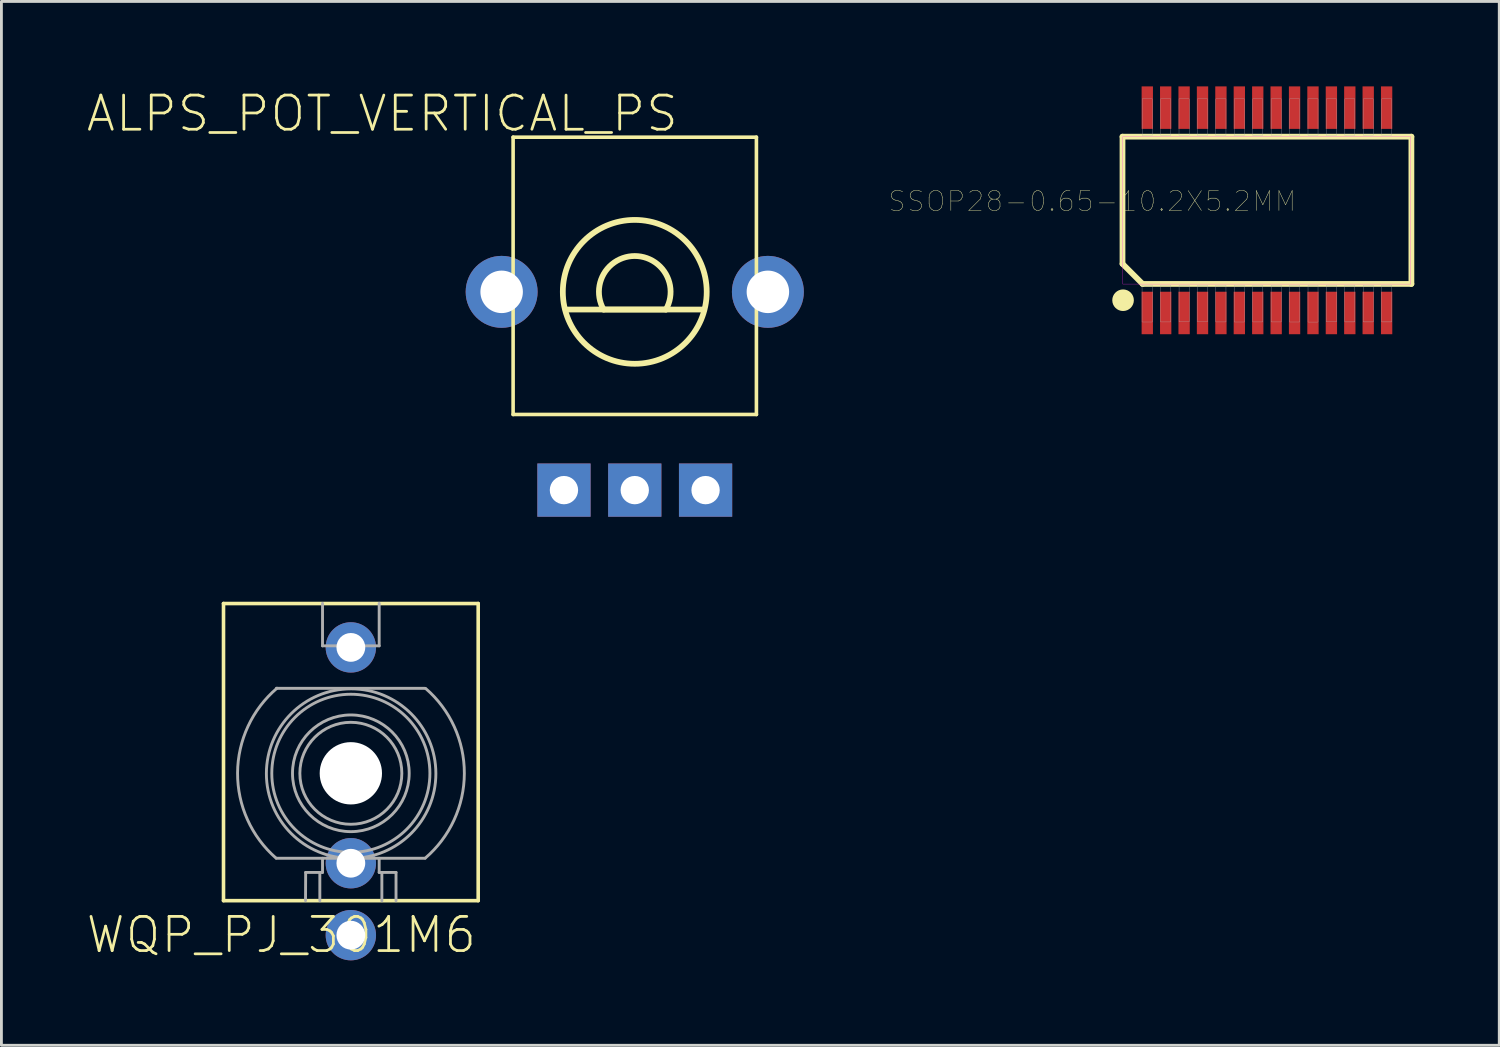
<source format=kicad_pcb>
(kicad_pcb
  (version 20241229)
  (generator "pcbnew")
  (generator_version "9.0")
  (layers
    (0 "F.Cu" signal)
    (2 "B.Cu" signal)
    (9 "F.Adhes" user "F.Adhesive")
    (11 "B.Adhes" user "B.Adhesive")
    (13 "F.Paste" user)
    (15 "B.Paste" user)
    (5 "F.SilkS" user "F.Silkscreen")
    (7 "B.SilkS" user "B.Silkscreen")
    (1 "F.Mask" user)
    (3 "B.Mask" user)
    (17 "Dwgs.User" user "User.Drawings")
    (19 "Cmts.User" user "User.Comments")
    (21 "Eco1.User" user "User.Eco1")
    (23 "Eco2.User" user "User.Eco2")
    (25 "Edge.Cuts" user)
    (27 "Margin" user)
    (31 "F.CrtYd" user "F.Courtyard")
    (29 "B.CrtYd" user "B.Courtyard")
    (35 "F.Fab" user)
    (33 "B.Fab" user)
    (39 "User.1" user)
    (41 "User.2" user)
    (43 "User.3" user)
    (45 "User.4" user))
  (footprint "ALPS_POT_VERTICAL_PS"
    (layer "F.Cu")
    (at 19.361 7.254)
    (property "Reference" "ALPS_POT_VERTICAL_PS" (at 1.6 -7 0) (layer "F.SilkS") (effects (font (size 1.206 1.206) (thickness 0.097)) (justify right top)))
    (attr through_hole)
    (fp_line (start -4.295 -5.46) (end 4.295 -5.46) (stroke (width 0.127) (type solid)) (layer "F.SilkS"))
    (fp_line (start -4.295 4.33) (end -4.295 -5.46) (stroke (width 0.127) (type solid)) (layer "F.SilkS"))
    (fp_line (start 1.1 0.625) (end -1.1 0.625) (stroke (width 0.203) (type solid)) (layer "F.SilkS"))
    (fp_line (start 2.45 0.625) (end -2.425 0.625) (stroke (width 0.203) (type solid)) (layer "F.SilkS"))
    (fp_line (start 4.295 -5.46) (end 4.295 4.33) (stroke (width 0.127) (type solid)) (layer "F.SilkS"))
    (fp_line (start 4.295 4.33) (end -4.295 4.33) (stroke (width 0.127) (type solid)) (layer "F.SilkS"))
    (fp_arc (start -1.1 0.625) (mid 0 -1.265158) (end 1.1 0.625) (stroke (width 0.2032) (type solid)) (layer "F.SilkS"))
    (fp_circle (center 0 0) (end -2.54 0) (stroke (width 0.203) (type solid)) (fill no) (layer "F.SilkS"))
    (pad "1" thru_hole rect (at -2.5 7 90) (size 1.88 1.88) (drill 1) (layers "*.Cu" "*.Mask"))
    (pad "2" thru_hole rect (at 0 7 90) (size 1.88 1.88) (drill 1) (layers "*.Cu" "*.Mask"))
    (pad "3" thru_hole rect (at 2.5 7 90) (size 1.88 1.88) (drill 1) (layers "*.Cu" "*.Mask"))
    (pad "4" thru_hole circle (at -4.7 0 90) (size 2.54 2.54) (drill 1.5) (layers "*.Cu" "*.Mask"))
    (pad "5" thru_hole circle (at 4.7 0 90) (size 2.54 2.54) (drill 1.5) (layers "*.Cu" "*.Mask")))
  (footprint "WQP_PJ_301M6"
    (layer "F.Cu")
    (at 9.337 24.252)
    (property "Reference" "WQP_PJ_301M6" (at 4.5 5 0) (layer "F.SilkS") (effects (font (size 1.206 1.206) (thickness 0.097)) (justify right top)))
    (attr through_hole)
    (fp_line (start -4.496 -5.994) (end 4.496 -5.994) (stroke (width 0.127) (type solid)) (layer "F.SilkS"))
    (fp_line (start -4.496 4.496) (end -4.496 -5.994) (stroke (width 0.127) (type solid)) (layer "F.SilkS"))
    (fp_line (start 4.496 -5.994) (end 4.496 4.496) (stroke (width 0.127) (type solid)) (layer "F.SilkS"))
    (fp_line (start 4.496 4.496) (end -4.496 4.496) (stroke (width 0.127) (type solid)) (layer "F.SilkS"))
    (fp_line (start -2.631 -3) (end 2.62 -3) (stroke (width 0.102) (type solid)) (layer "F.Fab"))
    (fp_line (start -2.631 3) (end 2.62 3) (stroke (width 0.102) (type solid)) (layer "F.Fab"))
    (fp_line (start -1.6 4.496) (end -1.595 3.5) (stroke (width 0.102) (type solid)) (layer "F.Fab"))
    (fp_line (start -1.595 3.5) (end -1.095 3.5) (stroke (width 0.102) (type solid)) (layer "F.Fab"))
    (fp_line (start -1.095 3.5) (end -1.095 4.5) (stroke (width 0.102) (type solid)) (layer "F.Fab"))
    (fp_line (start -1.095 3.5) (end -1 3.5) (stroke (width 0.102) (type solid)) (layer "F.Fab"))
    (fp_line (start -1 -4.5) (end -1 -6) (stroke (width 0.102) (type solid)) (layer "F.Fab"))
    (fp_line (start -1 0) (end 1 0) (stroke (width 0.102) (type solid)) (layer "F.Fab"))
    (fp_line (start -1 3.5) (end -1 3) (stroke (width 0.102) (type solid)) (layer "F.Fab"))
    (fp_line (start 0 -1) (end 0 1) (stroke (width 0.102) (type solid)) (layer "F.Fab"))
    (fp_line (start 1 -6) (end 1 -4.5) (stroke (width 0.102) (type solid)) (layer "F.Fab"))
    (fp_line (start 1 -4.5) (end -1 -4.5) (stroke (width 0.102) (type solid)) (layer "F.Fab"))
    (fp_line (start 1 3) (end 1 3.5) (stroke (width 0.102) (type solid)) (layer "F.Fab"))
    (fp_line (start 1 3.5) (end 1.095 3.5) (stroke (width 0.102) (type solid)) (layer "F.Fab"))
    (fp_line (start 1.095 3.5) (end 1.095 4.5) (stroke (width 0.102) (type solid)) (layer "F.Fab"))
    (fp_line (start 1.095 3.5) (end 1.595 3.5) (stroke (width 0.102) (type solid)) (layer "F.Fab"))
    (fp_line (start 1.595 3.5) (end 1.595 4.5) (stroke (width 0.102) (type solid)) (layer "F.Fab"))
    (fp_arc (start -2.641998 2.994) (mid -3.999529 -0.012791) (end -2.608 -3.004) (stroke (width 0.1016) (type solid)) (layer "F.Fab"))
    (fp_arc (start 2.642 -2.994) (mid 4.007235 0.003208) (end 2.628 2.994) (stroke (width 0.1016) (type solid)) (layer "F.Fab"))
    (fp_circle (center 0 0) (end 1.8 0) (stroke (width 0.102) (type solid)) (fill no) (layer "F.Fab"))
    (fp_circle (center 0 0) (end 2.06 0) (stroke (width 0.102) (type solid)) (fill no) (layer "F.Fab"))
    (fp_circle (center 0 0) (end 2.791 0) (stroke (width 0.102) (type solid)) (fill no) (layer "F.Fab"))
    (fp_circle (center 0.01 0.01) (end 3.002 0.01) (stroke (width 0.102) (type solid)) (fill no) (layer "F.Fab"))
    (pad "" np_thru_hole circle (at 0 0) (size 2.2 2.2) (drill 2.2) (layers "*.Cu" "*.Mask"))
    (pad "P1" thru_hole circle (at 0 5.715) (size 1.778 1.778) (drill 1.016) (layers "*.Cu" "*.Mask"))
    (pad "P2" thru_hole circle (at 0 3.175) (size 1.778 1.778) (drill 1.016) (layers "*.Cu" "*.Mask"))
    (pad "P3" thru_hole circle (at 0 -4.445) (size 1.778 1.778) (drill 1.016) (layers "*.Cu" "*.Mask")))
  (footprint "SSOP28-0.65-10.2X5.2MM"
    (layer "F.Cu")
    (at 41.681 4.375)
    (property "Reference" "SSOP28-0.65-10.2X5.2MM" (at -6.17 -0.318 180) (layer "F.SilkS") (effects (font (size 0.701 0.701) (thickness 0.015))))
    (attr through_hole)
    (fp_line (start -5.1 -2.6) (end -5.1 1.89) (stroke (width 0.203) (type solid)) (layer "F.SilkS"))
    (fp_line (start -5.1 1.89) (end -4.39 2.6) (stroke (width 0.203) (type solid)) (layer "F.SilkS"))
    (fp_line (start -4.39 2.6) (end 5.1 2.6) (stroke (width 0.203) (type solid)) (layer "F.SilkS"))
    (fp_line (start 5.1 -2.6) (end -5.1 -2.6) (stroke (width 0.203) (type solid)) (layer "F.SilkS"))
    (fp_line (start 5.1 2.6) (end 5.1 -2.6) (stroke (width 0.203) (type solid)) (layer "F.SilkS"))
    (fp_circle (center -5.08 3.175) (end -4.699 3.175) (stroke (width 0) (type solid)) (fill yes) (layer "F.SilkS"))
    (fp_poly (pts (xy -5.089 -2.6) (xy 5.08 -2.6) (xy 5.08 2.605) (xy -5.089 2.605)) (stroke (width 0.01) (type solid)) (fill no) (layer "F.CrtYd"))
    (fp_poly (pts (xy -4.41 2.642) (xy -4.047 2.642) (xy -4.047 3.943) (xy -4.41 3.943)) (stroke (width 0.01) (type solid)) (fill no) (layer "F.Fab"))
    (fp_poly (pts (xy -4.406 -3.937) (xy -4.047 -3.937) (xy -4.047 -2.644) (xy -4.406 -2.644)) (stroke (width 0.01) (type solid)) (fill no) (layer "F.Fab"))
    (fp_poly (pts (xy -3.759 -3.937) (xy -3.397 -3.937) (xy -3.397 -2.646) (xy -3.759 -2.646)) (stroke (width 0.01) (type solid)) (fill no) (layer "F.Fab"))
    (fp_poly (pts (xy -3.757 2.642) (xy -3.397 2.642) (xy -3.397 3.942) (xy -3.757 3.942)) (stroke (width 0.01) (type solid)) (fill no) (layer "F.Fab"))
    (fp_poly (pts (xy -3.105 -3.937) (xy -2.747 -3.937) (xy -2.747 -2.644) (xy -3.105 -2.644)) (stroke (width 0.01) (type solid)) (fill no) (layer "F.Fab"))
    (fp_poly (pts (xy -3.103 2.642) (xy -2.747 2.642) (xy -2.747 3.938) (xy -3.103 3.938)) (stroke (width 0.01) (type solid)) (fill no) (layer "F.Fab"))
    (fp_poly (pts (xy -2.454 -3.937) (xy -2.097 -3.937) (xy -2.097 -2.642) (xy -2.454 -2.642)) (stroke (width 0.01) (type solid)) (fill no) (layer "F.Fab"))
    (fp_poly (pts (xy -2.453 2.642) (xy -2.097 2.642) (xy -2.097 3.937) (xy -2.453 3.937)) (stroke (width 0.01) (type solid)) (fill no) (layer "F.Fab"))
    (fp_poly (pts (xy -1.805 2.642) (xy -1.447 2.642) (xy -1.447 3.941) (xy -1.805 3.941)) (stroke (width 0.01) (type solid)) (fill no) (layer "F.Fab"))
    (fp_poly (pts (xy -1.804 -3.937) (xy -1.447 -3.937) (xy -1.447 -2.643) (xy -1.804 -2.643)) (stroke (width 0.01) (type solid)) (fill no) (layer "F.Fab"))
    (fp_poly (pts (xy -1.155 2.642) (xy -0.797 2.642) (xy -0.797 3.944) (xy -1.155 3.944)) (stroke (width 0.01) (type solid)) (fill no) (layer "F.Fab"))
    (fp_poly (pts (xy -1.154 -3.937) (xy -0.797 -3.937) (xy -0.797 -2.644) (xy -1.154 -2.644)) (stroke (width 0.01) (type solid)) (fill no) (layer "F.Fab"))
    (fp_poly (pts (xy -0.504 -3.937) (xy -0.147 -3.937) (xy -0.147 -2.646) (xy -0.504 -2.646)) (stroke (width 0.01) (type solid)) (fill no) (layer "F.Fab"))
    (fp_poly (pts (xy -0.503 2.642) (xy -0.147 2.642) (xy -0.147 3.941) (xy -0.503 3.941)) (stroke (width 0.01) (type solid)) (fill no) (layer "F.Fab"))
    (fp_poly (pts (xy 0.147 -3.937) (xy 0.503 -3.937) (xy 0.503 -2.642) (xy 0.147 -2.642)) (stroke (width 0.01) (type solid)) (fill no) (layer "F.Fab"))
    (fp_poly (pts (xy 0.147 2.642) (xy 0.503 2.642) (xy 0.503 3.941) (xy 0.147 3.941)) (stroke (width 0.01) (type solid)) (fill no) (layer "F.Fab"))
    (fp_poly (pts (xy 0.798 -3.937) (xy 1.153 -3.937) (xy 1.153 -2.643) (xy 0.798 -2.643)) (stroke (width 0.01) (type solid)) (fill no) (layer "F.Fab"))
    (fp_poly (pts (xy 0.798 2.642) (xy 1.153 2.642) (xy 1.153 3.943) (xy 0.798 3.943)) (stroke (width 0.01) (type solid)) (fill no) (layer "F.Fab"))
    (fp_poly (pts (xy 1.449 -3.937) (xy 1.803 -3.937) (xy 1.803 -2.645) (xy 1.449 -2.645)) (stroke (width 0.01) (type solid)) (fill no) (layer "F.Fab"))
    (fp_poly (pts (xy 1.45 2.642) (xy 1.803 2.642) (xy 1.803 3.945) (xy 1.45 3.945)) (stroke (width 0.01) (type solid)) (fill no) (layer "F.Fab"))
    (fp_poly (pts (xy 2.098 2.642) (xy 2.453 2.642) (xy 2.453 3.939) (xy 2.098 3.939)) (stroke (width 0.01) (type solid)) (fill no) (layer "F.Fab"))
    (fp_poly (pts (xy 2.099 -3.937) (xy 2.453 -3.937) (xy 2.453 -2.644) (xy 2.099 -2.644)) (stroke (width 0.01) (type solid)) (fill no) (layer "F.Fab"))
    (fp_poly (pts (xy 2.75 2.642) (xy 3.103 2.642) (xy 3.103 3.94) (xy 2.75 3.94)) (stroke (width 0.01) (type solid)) (fill no) (layer "F.Fab"))
    (fp_poly (pts (xy 2.751 -3.937) (xy 3.103 -3.937) (xy 3.103 -2.645) (xy 2.751 -2.645)) (stroke (width 0.01) (type solid)) (fill no) (layer "F.Fab"))
    (fp_poly (pts (xy 3.4 2.642) (xy 3.753 2.642) (xy 3.753 3.94) (xy 3.4 3.94)) (stroke (width 0.01) (type solid)) (fill no) (layer "F.Fab"))
    (fp_poly (pts (xy 3.404 -3.937) (xy 3.753 -3.937) (xy 3.753 -2.647) (xy 3.404 -2.647)) (stroke (width 0.01) (type solid)) (fill no) (layer "F.Fab"))
    (fp_poly (pts (xy 4.05 2.642) (xy 4.403 2.642) (xy 4.403 3.94) (xy 4.05 3.94)) (stroke (width 0.01) (type solid)) (fill no) (layer "F.Fab"))
    (fp_poly (pts (xy 4.052 -3.937) (xy 4.403 -3.937) (xy 4.403 -2.645) (xy 4.052 -2.645)) (stroke (width 0.01) (type solid)) (fill no) (layer "F.Fab"))
    (pad "1" smd rect (at -4.225 3.625) (size 0.4 1.5) (layers "F.Cu" "F.Mask" "F.Paste"))
    (pad "2" smd rect (at -3.575 3.625) (size 0.4 1.5) (layers "F.Cu" "F.Mask" "F.Paste"))
    (pad "3" smd rect (at -2.925 3.625) (size 0.4 1.5) (layers "F.Cu" "F.Mask" "F.Paste"))
    (pad "4" smd rect (at -2.275 3.625) (size 0.4 1.5) (layers "F.Cu" "F.Mask" "F.Paste"))
    (pad "5" smd rect (at -1.625 3.625) (size 0.4 1.5) (layers "F.Cu" "F.Mask" "F.Paste"))
    (pad "6" smd rect (at -0.975 3.625) (size 0.4 1.5) (layers "F.Cu" "F.Mask" "F.Paste"))
    (pad "7" smd rect (at -0.325 3.625) (size 0.4 1.5) (layers "F.Cu" "F.Mask" "F.Paste"))
    (pad "8" smd rect (at 0.325 3.625) (size 0.4 1.5) (layers "F.Cu" "F.Mask" "F.Paste"))
    (pad "9" smd rect (at 0.975 3.625) (size 0.4 1.5) (layers "F.Cu" "F.Mask" "F.Paste"))
    (pad "10" smd rect (at 1.625 3.625) (size 0.4 1.5) (layers "F.Cu" "F.Mask" "F.Paste"))
    (pad "11" smd rect (at 2.275 3.625) (size 0.4 1.5) (layers "F.Cu" "F.Mask" "F.Paste"))
    (pad "12" smd rect (at 2.925 3.625) (size 0.4 1.5) (layers "F.Cu" "F.Mask" "F.Paste"))
    (pad "13" smd rect (at 3.575 3.625) (size 0.4 1.5) (layers "F.Cu" "F.Mask" "F.Paste"))
    (pad "14" smd rect (at 4.225 3.625) (size 0.4 1.5) (layers "F.Cu" "F.Mask" "F.Paste"))
    (pad "15" smd rect (at 4.225 -3.625) (size 0.4 1.5) (layers "F.Cu" "F.Mask" "F.Paste"))
    (pad "16" smd rect (at 3.575 -3.625) (size 0.4 1.5) (layers "F.Cu" "F.Mask" "F.Paste"))
    (pad "17" smd rect (at 2.925 -3.625) (size 0.4 1.5) (layers "F.Cu" "F.Mask" "F.Paste"))
    (pad "18" smd rect (at 2.275 -3.625) (size 0.4 1.5) (layers "F.Cu" "F.Mask" "F.Paste"))
    (pad "19" smd rect (at 1.625 -3.625) (size 0.4 1.5) (layers "F.Cu" "F.Mask" "F.Paste"))
    (pad "20" smd rect (at 0.975 -3.625) (size 0.4 1.5) (layers "F.Cu" "F.Mask" "F.Paste"))
    (pad "21" smd rect (at 0.325 -3.625) (size 0.4 1.5) (layers "F.Cu" "F.Mask" "F.Paste"))
    (pad "22" smd rect (at -0.325 -3.625) (size 0.4 1.5) (layers "F.Cu" "F.Mask" "F.Paste"))
    (pad "23" smd rect (at -0.975 -3.625) (size 0.4 1.5) (layers "F.Cu" "F.Mask" "F.Paste"))
    (pad "24" smd rect (at -1.625 -3.625) (size 0.4 1.5) (layers "F.Cu" "F.Mask" "F.Paste"))
    (pad "25" smd rect (at -2.275 -3.625) (size 0.4 1.5) (layers "F.Cu" "F.Mask" "F.Paste"))
    (pad "26" smd rect (at -2.925 -3.625) (size 0.4 1.5) (layers "F.Cu" "F.Mask" "F.Paste"))
    (pad "27" smd rect (at -3.575 -3.625) (size 0.4 1.5) (layers "F.Cu" "F.Mask" "F.Paste"))
    (pad "28" smd rect (at -4.225 -3.625) (size 0.4 1.5) (layers "F.Cu" "F.Mask" "F.Paste")))
  (gr_rect
    (start -3 -3)
    (end 49.883 33.856)
    (stroke (width 0.1) (type default))
    (fill no)
    (layer "Edge.Cuts")))
</source>
